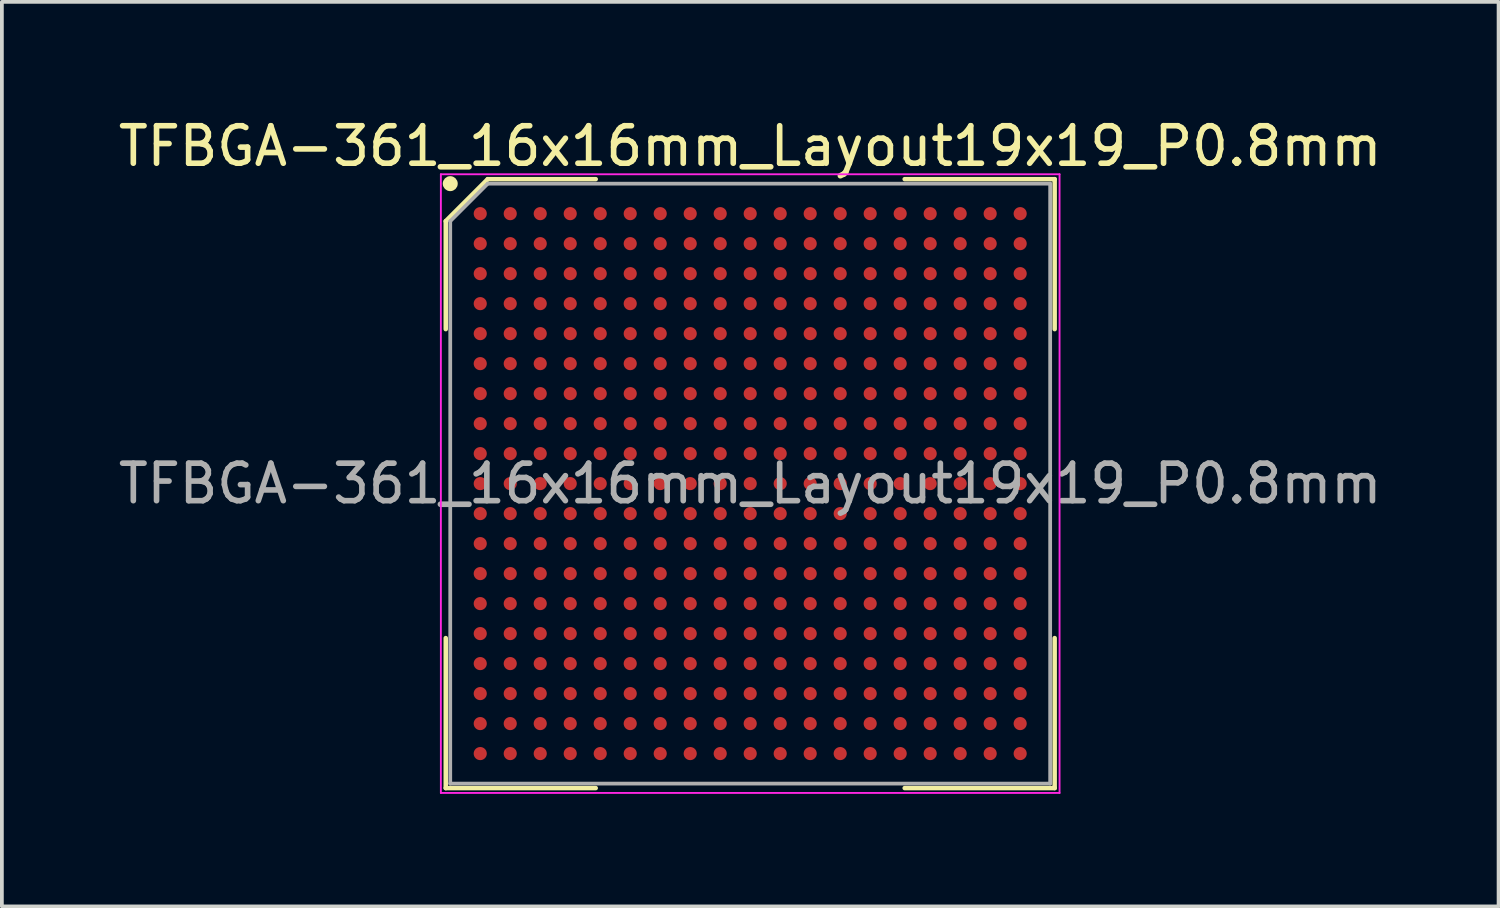
<source format=kicad_pcb>
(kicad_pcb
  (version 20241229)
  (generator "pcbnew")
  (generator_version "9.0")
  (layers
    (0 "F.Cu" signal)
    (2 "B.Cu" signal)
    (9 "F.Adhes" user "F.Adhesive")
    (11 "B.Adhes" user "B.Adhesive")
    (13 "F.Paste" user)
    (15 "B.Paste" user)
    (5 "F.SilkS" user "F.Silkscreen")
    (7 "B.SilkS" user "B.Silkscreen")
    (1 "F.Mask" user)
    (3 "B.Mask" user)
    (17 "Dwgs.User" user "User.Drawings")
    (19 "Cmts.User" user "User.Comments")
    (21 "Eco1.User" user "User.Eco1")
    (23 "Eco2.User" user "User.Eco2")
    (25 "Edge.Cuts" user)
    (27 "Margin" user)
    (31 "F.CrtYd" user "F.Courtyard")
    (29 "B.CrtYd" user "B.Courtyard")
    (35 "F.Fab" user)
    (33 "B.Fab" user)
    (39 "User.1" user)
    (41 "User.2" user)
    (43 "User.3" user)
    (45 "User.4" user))
  (footprint "TFBGA-361_16x16mm_Layout19x19_P0.8mm"
    (layer "F.Cu")
    (at 16.958 9.848)
    (property "Reference" "TFBGA-361_16x16mm_Layout19x19_P0.8mm" (at 0 -9 0) (layer "F.SilkS") (effects (font (size 1 1) (thickness 0.15))))
    (attr smd)
    (fp_line (start -8.12 -7) (end -8.12 -4.12) (stroke (width 0.12) (type default)) (layer "F.SilkS"))
    (fp_line (start -8.12 8.12) (end -8.12 4.12) (stroke (width 0.12) (type default)) (layer "F.SilkS"))
    (fp_line (start -7 -8.12) (end -8.12 -7) (stroke (width 0.12) (type default)) (layer "F.SilkS"))
    (fp_line (start -4.12 -8.12) (end -7 -8.12) (stroke (width 0.12) (type default)) (layer "F.SilkS"))
    (fp_line (start -4.12 8.12) (end -8.12 8.12) (stroke (width 0.12) (type default)) (layer "F.SilkS"))
    (fp_line (start 4.12 -8.12) (end 8.12 -8.12) (stroke (width 0.12) (type default)) (layer "F.SilkS"))
    (fp_line (start 4.12 8.12) (end 8.12 8.12) (stroke (width 0.12) (type default)) (layer "F.SilkS"))
    (fp_line (start 8.12 -8.12) (end 8.12 -4.12) (stroke (width 0.12) (type default)) (layer "F.SilkS"))
    (fp_line (start 8.12 8.12) (end 8.12 4.12) (stroke (width 0.12) (type default)) (layer "F.SilkS"))
    (fp_circle (center -8 -8) (end -8 -7.9) (stroke (width 0.2) (type default)) (fill no) (layer "F.SilkS"))
    (fp_line (start -8.25 -8.25) (end 8.25 -8.25) (stroke (width 0.05) (type default)) (layer "F.CrtYd"))
    (fp_line (start -8.25 8.25) (end -8.25 -8.25) (stroke (width 0.05) (type default)) (layer "F.CrtYd"))
    (fp_line (start 8.25 -8.25) (end 8.25 8.25) (stroke (width 0.05) (type default)) (layer "F.CrtYd"))
    (fp_line (start 8.25 8.25) (end -8.25 8.25) (stroke (width 0.05) (type default)) (layer "F.CrtYd"))
    (fp_line (start -8 -7) (end -8 8) (stroke (width 0.1) (type default)) (layer "F.Fab"))
    (fp_line (start -8 8) (end 8 8) (stroke (width 0.1) (type default)) (layer "F.Fab"))
    (fp_line (start -7 -8) (end -8 -7) (stroke (width 0.1) (type default)) (layer "F.Fab"))
    (fp_line (start 8 -8) (end -7 -8) (stroke (width 0.1) (type default)) (layer "F.Fab"))
    (fp_line (start 8 8) (end 8 -8) (stroke (width 0.1) (type default)) (layer "F.Fab"))
    (fp_text user "${REFERENCE}" (at 0 0 0) (layer "F.Fab") (effects (font (size 1 1) (thickness 0.15))))
    (pad "A1" smd circle (at -7.2 -7.2) (size 0.35 0.35) (layers "F.Cu" "F.Mask" "F.Paste"))
    (pad "A2" smd circle (at -6.4 -7.2) (size 0.35 0.35) (layers "F.Cu" "F.Mask" "F.Paste"))
    (pad "A3" smd circle (at -5.6 -7.2) (size 0.35 0.35) (layers "F.Cu" "F.Mask" "F.Paste"))
    (pad "A4" smd circle (at -4.8 -7.2) (size 0.35 0.35) (layers "F.Cu" "F.Mask" "F.Paste"))
    (pad "A5" smd circle (at -4 -7.2) (size 0.35 0.35) (layers "F.Cu" "F.Mask" "F.Paste"))
    (pad "A6" smd circle (at -3.2 -7.2) (size 0.35 0.35) (layers "F.Cu" "F.Mask" "F.Paste"))
    (pad "A7" smd circle (at -2.4 -7.2) (size 0.35 0.35) (layers "F.Cu" "F.Mask" "F.Paste"))
    (pad "A8" smd circle (at -1.6 -7.2) (size 0.35 0.35) (layers "F.Cu" "F.Mask" "F.Paste"))
    (pad "A9" smd circle (at -0.8 -7.2) (size 0.35 0.35) (layers "F.Cu" "F.Mask" "F.Paste"))
    (pad "A10" smd circle (at 0 -7.2) (size 0.35 0.35) (layers "F.Cu" "F.Mask" "F.Paste"))
    (pad "A11" smd circle (at 0.8 -7.2) (size 0.35 0.35) (layers "F.Cu" "F.Mask" "F.Paste"))
    (pad "A12" smd circle (at 1.6 -7.2) (size 0.35 0.35) (layers "F.Cu" "F.Mask" "F.Paste"))
    (pad "A13" smd circle (at 2.4 -7.2) (size 0.35 0.35) (layers "F.Cu" "F.Mask" "F.Paste"))
    (pad "A14" smd circle (at 3.2 -7.2) (size 0.35 0.35) (layers "F.Cu" "F.Mask" "F.Paste"))
    (pad "A15" smd circle (at 4 -7.2) (size 0.35 0.35) (layers "F.Cu" "F.Mask" "F.Paste"))
    (pad "A16" smd circle (at 4.8 -7.2) (size 0.35 0.35) (layers "F.Cu" "F.Mask" "F.Paste"))
    (pad "A17" smd circle (at 5.6 -7.2) (size 0.35 0.35) (layers "F.Cu" "F.Mask" "F.Paste"))
    (pad "A18" smd circle (at 6.4 -7.2) (size 0.35 0.35) (layers "F.Cu" "F.Mask" "F.Paste"))
    (pad "A19" smd circle (at 7.2 -7.2) (size 0.35 0.35) (layers "F.Cu" "F.Mask" "F.Paste"))
    (pad "B1" smd circle (at -7.2 -6.4) (size 0.35 0.35) (layers "F.Cu" "F.Mask" "F.Paste"))
    (pad "B2" smd circle (at -6.4 -6.4) (size 0.35 0.35) (layers "F.Cu" "F.Mask" "F.Paste"))
    (pad "B3" smd circle (at -5.6 -6.4) (size 0.35 0.35) (layers "F.Cu" "F.Mask" "F.Paste"))
    (pad "B4" smd circle (at -4.8 -6.4) (size 0.35 0.35) (layers "F.Cu" "F.Mask" "F.Paste"))
    (pad "B5" smd circle (at -4 -6.4) (size 0.35 0.35) (layers "F.Cu" "F.Mask" "F.Paste"))
    (pad "B6" smd circle (at -3.2 -6.4) (size 0.35 0.35) (layers "F.Cu" "F.Mask" "F.Paste"))
    (pad "B7" smd circle (at -2.4 -6.4) (size 0.35 0.35) (layers "F.Cu" "F.Mask" "F.Paste"))
    (pad "B8" smd circle (at -1.6 -6.4) (size 0.35 0.35) (layers "F.Cu" "F.Mask" "F.Paste"))
    (pad "B9" smd circle (at -0.8 -6.4) (size 0.35 0.35) (layers "F.Cu" "F.Mask" "F.Paste"))
    (pad "B10" smd circle (at 0 -6.4) (size 0.35 0.35) (layers "F.Cu" "F.Mask" "F.Paste"))
    (pad "B11" smd circle (at 0.8 -6.4) (size 0.35 0.35) (layers "F.Cu" "F.Mask" "F.Paste"))
    (pad "B12" smd circle (at 1.6 -6.4) (size 0.35 0.35) (layers "F.Cu" "F.Mask" "F.Paste"))
    (pad "B13" smd circle (at 2.4 -6.4) (size 0.35 0.35) (layers "F.Cu" "F.Mask" "F.Paste"))
    (pad "B14" smd circle (at 3.2 -6.4) (size 0.35 0.35) (layers "F.Cu" "F.Mask" "F.Paste"))
    (pad "B15" smd circle (at 4 -6.4) (size 0.35 0.35) (layers "F.Cu" "F.Mask" "F.Paste"))
    (pad "B16" smd circle (at 4.8 -6.4) (size 0.35 0.35) (layers "F.Cu" "F.Mask" "F.Paste"))
    (pad "B17" smd circle (at 5.6 -6.4) (size 0.35 0.35) (layers "F.Cu" "F.Mask" "F.Paste"))
    (pad "B18" smd circle (at 6.4 -6.4) (size 0.35 0.35) (layers "F.Cu" "F.Mask" "F.Paste"))
    (pad "B19" smd circle (at 7.2 -6.4) (size 0.35 0.35) (layers "F.Cu" "F.Mask" "F.Paste"))
    (pad "C1" smd circle (at -7.2 -5.6) (size 0.35 0.35) (layers "F.Cu" "F.Mask" "F.Paste"))
    (pad "C2" smd circle (at -6.4 -5.6) (size 0.35 0.35) (layers "F.Cu" "F.Mask" "F.Paste"))
    (pad "C3" smd circle (at -5.6 -5.6) (size 0.35 0.35) (layers "F.Cu" "F.Mask" "F.Paste"))
    (pad "C4" smd circle (at -4.8 -5.6) (size 0.35 0.35) (layers "F.Cu" "F.Mask" "F.Paste"))
    (pad "C5" smd circle (at -4 -5.6) (size 0.35 0.35) (layers "F.Cu" "F.Mask" "F.Paste"))
    (pad "C6" smd circle (at -3.2 -5.6) (size 0.35 0.35) (layers "F.Cu" "F.Mask" "F.Paste"))
    (pad "C7" smd circle (at -2.4 -5.6) (size 0.35 0.35) (layers "F.Cu" "F.Mask" "F.Paste"))
    (pad "C8" smd circle (at -1.6 -5.6) (size 0.35 0.35) (layers "F.Cu" "F.Mask" "F.Paste"))
    (pad "C9" smd circle (at -0.8 -5.6) (size 0.35 0.35) (layers "F.Cu" "F.Mask" "F.Paste"))
    (pad "C10" smd circle (at 0 -5.6) (size 0.35 0.35) (layers "F.Cu" "F.Mask" "F.Paste"))
    (pad "C11" smd circle (at 0.8 -5.6) (size 0.35 0.35) (layers "F.Cu" "F.Mask" "F.Paste"))
    (pad "C12" smd circle (at 1.6 -5.6) (size 0.35 0.35) (layers "F.Cu" "F.Mask" "F.Paste"))
    (pad "C13" smd circle (at 2.4 -5.6) (size 0.35 0.35) (layers "F.Cu" "F.Mask" "F.Paste"))
    (pad "C14" smd circle (at 3.2 -5.6) (size 0.35 0.35) (layers "F.Cu" "F.Mask" "F.Paste"))
    (pad "C15" smd circle (at 4 -5.6) (size 0.35 0.35) (layers "F.Cu" "F.Mask" "F.Paste"))
    (pad "C16" smd circle (at 4.8 -5.6) (size 0.35 0.35) (layers "F.Cu" "F.Mask" "F.Paste"))
    (pad "C17" smd circle (at 5.6 -5.6) (size 0.35 0.35) (layers "F.Cu" "F.Mask" "F.Paste"))
    (pad "C18" smd circle (at 6.4 -5.6) (size 0.35 0.35) (layers "F.Cu" "F.Mask" "F.Paste"))
    (pad "C19" smd circle (at 7.2 -5.6) (size 0.35 0.35) (layers "F.Cu" "F.Mask" "F.Paste"))
    (pad "D1" smd circle (at -7.2 -4.8) (size 0.35 0.35) (layers "F.Cu" "F.Mask" "F.Paste"))
    (pad "D2" smd circle (at -6.4 -4.8) (size 0.35 0.35) (layers "F.Cu" "F.Mask" "F.Paste"))
    (pad "D3" smd circle (at -5.6 -4.8) (size 0.35 0.35) (layers "F.Cu" "F.Mask" "F.Paste"))
    (pad "D4" smd circle (at -4.8 -4.8) (size 0.35 0.35) (layers "F.Cu" "F.Mask" "F.Paste"))
    (pad "D5" smd circle (at -4 -4.8) (size 0.35 0.35) (layers "F.Cu" "F.Mask" "F.Paste"))
    (pad "D6" smd circle (at -3.2 -4.8) (size 0.35 0.35) (layers "F.Cu" "F.Mask" "F.Paste"))
    (pad "D7" smd circle (at -2.4 -4.8) (size 0.35 0.35) (layers "F.Cu" "F.Mask" "F.Paste"))
    (pad "D8" smd circle (at -1.6 -4.8) (size 0.35 0.35) (layers "F.Cu" "F.Mask" "F.Paste"))
    (pad "D9" smd circle (at -0.8 -4.8) (size 0.35 0.35) (layers "F.Cu" "F.Mask" "F.Paste"))
    (pad "D10" smd circle (at 0 -4.8) (size 0.35 0.35) (layers "F.Cu" "F.Mask" "F.Paste"))
    (pad "D11" smd circle (at 0.8 -4.8) (size 0.35 0.35) (layers "F.Cu" "F.Mask" "F.Paste"))
    (pad "D12" smd circle (at 1.6 -4.8) (size 0.35 0.35) (layers "F.Cu" "F.Mask" "F.Paste"))
    (pad "D13" smd circle (at 2.4 -4.8) (size 0.35 0.35) (layers "F.Cu" "F.Mask" "F.Paste"))
    (pad "D14" smd circle (at 3.2 -4.8) (size 0.35 0.35) (layers "F.Cu" "F.Mask" "F.Paste"))
    (pad "D15" smd circle (at 4 -4.8) (size 0.35 0.35) (layers "F.Cu" "F.Mask" "F.Paste"))
    (pad "D16" smd circle (at 4.8 -4.8) (size 0.35 0.35) (layers "F.Cu" "F.Mask" "F.Paste"))
    (pad "D17" smd circle (at 5.6 -4.8) (size 0.35 0.35) (layers "F.Cu" "F.Mask" "F.Paste"))
    (pad "D18" smd circle (at 6.4 -4.8) (size 0.35 0.35) (layers "F.Cu" "F.Mask" "F.Paste"))
    (pad "D19" smd circle (at 7.2 -4.8) (size 0.35 0.35) (layers "F.Cu" "F.Mask" "F.Paste"))
    (pad "E1" smd circle (at -7.2 -4) (size 0.35 0.35) (layers "F.Cu" "F.Mask" "F.Paste"))
    (pad "E2" smd circle (at -6.4 -4) (size 0.35 0.35) (layers "F.Cu" "F.Mask" "F.Paste"))
    (pad "E3" smd circle (at -5.6 -4) (size 0.35 0.35) (layers "F.Cu" "F.Mask" "F.Paste"))
    (pad "E4" smd circle (at -4.8 -4) (size 0.35 0.35) (layers "F.Cu" "F.Mask" "F.Paste"))
    (pad "E5" smd circle (at -4 -4) (size 0.35 0.35) (layers "F.Cu" "F.Mask" "F.Paste"))
    (pad "E6" smd circle (at -3.2 -4) (size 0.35 0.35) (layers "F.Cu" "F.Mask" "F.Paste"))
    (pad "E7" smd circle (at -2.4 -4) (size 0.35 0.35) (layers "F.Cu" "F.Mask" "F.Paste"))
    (pad "E8" smd circle (at -1.6 -4) (size 0.35 0.35) (layers "F.Cu" "F.Mask" "F.Paste"))
    (pad "E9" smd circle (at -0.8 -4) (size 0.35 0.35) (layers "F.Cu" "F.Mask" "F.Paste"))
    (pad "E10" smd circle (at 0 -4) (size 0.35 0.35) (layers "F.Cu" "F.Mask" "F.Paste"))
    (pad "E11" smd circle (at 0.8 -4) (size 0.35 0.35) (layers "F.Cu" "F.Mask" "F.Paste"))
    (pad "E12" smd circle (at 1.6 -4) (size 0.35 0.35) (layers "F.Cu" "F.Mask" "F.Paste"))
    (pad "E13" smd circle (at 2.4 -4) (size 0.35 0.35) (layers "F.Cu" "F.Mask" "F.Paste"))
    (pad "E14" smd circle (at 3.2 -4) (size 0.35 0.35) (layers "F.Cu" "F.Mask" "F.Paste"))
    (pad "E15" smd circle (at 4 -4) (size 0.35 0.35) (layers "F.Cu" "F.Mask" "F.Paste"))
    (pad "E16" smd circle (at 4.8 -4) (size 0.35 0.35) (layers "F.Cu" "F.Mask" "F.Paste"))
    (pad "E17" smd circle (at 5.6 -4) (size 0.35 0.35) (layers "F.Cu" "F.Mask" "F.Paste"))
    (pad "E18" smd circle (at 6.4 -4) (size 0.35 0.35) (layers "F.Cu" "F.Mask" "F.Paste"))
    (pad "E19" smd circle (at 7.2 -4) (size 0.35 0.35) (layers "F.Cu" "F.Mask" "F.Paste"))
    (pad "F1" smd circle (at -7.2 -3.2) (size 0.35 0.35) (layers "F.Cu" "F.Mask" "F.Paste"))
    (pad "F2" smd circle (at -6.4 -3.2) (size 0.35 0.35) (layers "F.Cu" "F.Mask" "F.Paste"))
    (pad "F3" smd circle (at -5.6 -3.2) (size 0.35 0.35) (layers "F.Cu" "F.Mask" "F.Paste"))
    (pad "F4" smd circle (at -4.8 -3.2) (size 0.35 0.35) (layers "F.Cu" "F.Mask" "F.Paste"))
    (pad "F5" smd circle (at -4 -3.2) (size 0.35 0.35) (layers "F.Cu" "F.Mask" "F.Paste"))
    (pad "F6" smd circle (at -3.2 -3.2) (size 0.35 0.35) (layers "F.Cu" "F.Mask" "F.Paste"))
    (pad "F7" smd circle (at -2.4 -3.2) (size 0.35 0.35) (layers "F.Cu" "F.Mask" "F.Paste"))
    (pad "F8" smd circle (at -1.6 -3.2) (size 0.35 0.35) (layers "F.Cu" "F.Mask" "F.Paste"))
    (pad "F9" smd circle (at -0.8 -3.2) (size 0.35 0.35) (layers "F.Cu" "F.Mask" "F.Paste"))
    (pad "F10" smd circle (at 0 -3.2) (size 0.35 0.35) (layers "F.Cu" "F.Mask" "F.Paste"))
    (pad "F11" smd circle (at 0.8 -3.2) (size 0.35 0.35) (layers "F.Cu" "F.Mask" "F.Paste"))
    (pad "F12" smd circle (at 1.6 -3.2) (size 0.35 0.35) (layers "F.Cu" "F.Mask" "F.Paste"))
    (pad "F13" smd circle (at 2.4 -3.2) (size 0.35 0.35) (layers "F.Cu" "F.Mask" "F.Paste"))
    (pad "F14" smd circle (at 3.2 -3.2) (size 0.35 0.35) (layers "F.Cu" "F.Mask" "F.Paste"))
    (pad "F15" smd circle (at 4 -3.2) (size 0.35 0.35) (layers "F.Cu" "F.Mask" "F.Paste"))
    (pad "F16" smd circle (at 4.8 -3.2) (size 0.35 0.35) (layers "F.Cu" "F.Mask" "F.Paste"))
    (pad "F17" smd circle (at 5.6 -3.2) (size 0.35 0.35) (layers "F.Cu" "F.Mask" "F.Paste"))
    (pad "F18" smd circle (at 6.4 -3.2) (size 0.35 0.35) (layers "F.Cu" "F.Mask" "F.Paste"))
    (pad "F19" smd circle (at 7.2 -3.2) (size 0.35 0.35) (layers "F.Cu" "F.Mask" "F.Paste"))
    (pad "G1" smd circle (at -7.2 -2.4) (size 0.35 0.35) (layers "F.Cu" "F.Mask" "F.Paste"))
    (pad "G2" smd circle (at -6.4 -2.4) (size 0.35 0.35) (layers "F.Cu" "F.Mask" "F.Paste"))
    (pad "G3" smd circle (at -5.6 -2.4) (size 0.35 0.35) (layers "F.Cu" "F.Mask" "F.Paste"))
    (pad "G4" smd circle (at -4.8 -2.4) (size 0.35 0.35) (layers "F.Cu" "F.Mask" "F.Paste"))
    (pad "G5" smd circle (at -4 -2.4) (size 0.35 0.35) (layers "F.Cu" "F.Mask" "F.Paste"))
    (pad "G6" smd circle (at -3.2 -2.4) (size 0.35 0.35) (layers "F.Cu" "F.Mask" "F.Paste"))
    (pad "G7" smd circle (at -2.4 -2.4) (size 0.35 0.35) (layers "F.Cu" "F.Mask" "F.Paste"))
    (pad "G8" smd circle (at -1.6 -2.4) (size 0.35 0.35) (layers "F.Cu" "F.Mask" "F.Paste"))
    (pad "G9" smd circle (at -0.8 -2.4) (size 0.35 0.35) (layers "F.Cu" "F.Mask" "F.Paste"))
    (pad "G10" smd circle (at 0 -2.4) (size 0.35 0.35) (layers "F.Cu" "F.Mask" "F.Paste"))
    (pad "G11" smd circle (at 0.8 -2.4) (size 0.35 0.35) (layers "F.Cu" "F.Mask" "F.Paste"))
    (pad "G12" smd circle (at 1.6 -2.4) (size 0.35 0.35) (layers "F.Cu" "F.Mask" "F.Paste"))
    (pad "G13" smd circle (at 2.4 -2.4) (size 0.35 0.35) (layers "F.Cu" "F.Mask" "F.Paste"))
    (pad "G14" smd circle (at 3.2 -2.4) (size 0.35 0.35) (layers "F.Cu" "F.Mask" "F.Paste"))
    (pad "G15" smd circle (at 4 -2.4) (size 0.35 0.35) (layers "F.Cu" "F.Mask" "F.Paste"))
    (pad "G16" smd circle (at 4.8 -2.4) (size 0.35 0.35) (layers "F.Cu" "F.Mask" "F.Paste"))
    (pad "G17" smd circle (at 5.6 -2.4) (size 0.35 0.35) (layers "F.Cu" "F.Mask" "F.Paste"))
    (pad "G18" smd circle (at 6.4 -2.4) (size 0.35 0.35) (layers "F.Cu" "F.Mask" "F.Paste"))
    (pad "G19" smd circle (at 7.2 -2.4) (size 0.35 0.35) (layers "F.Cu" "F.Mask" "F.Paste"))
    (pad "H1" smd circle (at -7.2 -1.6) (size 0.35 0.35) (layers "F.Cu" "F.Mask" "F.Paste"))
    (pad "H2" smd circle (at -6.4 -1.6) (size 0.35 0.35) (layers "F.Cu" "F.Mask" "F.Paste"))
    (pad "H3" smd circle (at -5.6 -1.6) (size 0.35 0.35) (layers "F.Cu" "F.Mask" "F.Paste"))
    (pad "H4" smd circle (at -4.8 -1.6) (size 0.35 0.35) (layers "F.Cu" "F.Mask" "F.Paste"))
    (pad "H5" smd circle (at -4 -1.6) (size 0.35 0.35) (layers "F.Cu" "F.Mask" "F.Paste"))
    (pad "H6" smd circle (at -3.2 -1.6) (size 0.35 0.35) (layers "F.Cu" "F.Mask" "F.Paste"))
    (pad "H7" smd circle (at -2.4 -1.6) (size 0.35 0.35) (layers "F.Cu" "F.Mask" "F.Paste"))
    (pad "H8" smd circle (at -1.6 -1.6) (size 0.35 0.35) (layers "F.Cu" "F.Mask" "F.Paste"))
    (pad "H9" smd circle (at -0.8 -1.6) (size 0.35 0.35) (layers "F.Cu" "F.Mask" "F.Paste"))
    (pad "H10" smd circle (at 0 -1.6) (size 0.35 0.35) (layers "F.Cu" "F.Mask" "F.Paste"))
    (pad "H11" smd circle (at 0.8 -1.6) (size 0.35 0.35) (layers "F.Cu" "F.Mask" "F.Paste"))
    (pad "H12" smd circle (at 1.6 -1.6) (size 0.35 0.35) (layers "F.Cu" "F.Mask" "F.Paste"))
    (pad "H13" smd circle (at 2.4 -1.6) (size 0.35 0.35) (layers "F.Cu" "F.Mask" "F.Paste"))
    (pad "H14" smd circle (at 3.2 -1.6) (size 0.35 0.35) (layers "F.Cu" "F.Mask" "F.Paste"))
    (pad "H15" smd circle (at 4 -1.6) (size 0.35 0.35) (layers "F.Cu" "F.Mask" "F.Paste"))
    (pad "H16" smd circle (at 4.8 -1.6) (size 0.35 0.35) (layers "F.Cu" "F.Mask" "F.Paste"))
    (pad "H17" smd circle (at 5.6 -1.6) (size 0.35 0.35) (layers "F.Cu" "F.Mask" "F.Paste"))
    (pad "H18" smd circle (at 6.4 -1.6) (size 0.35 0.35) (layers "F.Cu" "F.Mask" "F.Paste"))
    (pad "H19" smd circle (at 7.2 -1.6) (size 0.35 0.35) (layers "F.Cu" "F.Mask" "F.Paste"))
    (pad "J1" smd circle (at -7.2 -0.8) (size 0.35 0.35) (layers "F.Cu" "F.Mask" "F.Paste"))
    (pad "J2" smd circle (at -6.4 -0.8) (size 0.35 0.35) (layers "F.Cu" "F.Mask" "F.Paste"))
    (pad "J3" smd circle (at -5.6 -0.8) (size 0.35 0.35) (layers "F.Cu" "F.Mask" "F.Paste"))
    (pad "J4" smd circle (at -4.8 -0.8) (size 0.35 0.35) (layers "F.Cu" "F.Mask" "F.Paste"))
    (pad "J5" smd circle (at -4 -0.8) (size 0.35 0.35) (layers "F.Cu" "F.Mask" "F.Paste"))
    (pad "J6" smd circle (at -3.2 -0.8) (size 0.35 0.35) (layers "F.Cu" "F.Mask" "F.Paste"))
    (pad "J7" smd circle (at -2.4 -0.8) (size 0.35 0.35) (layers "F.Cu" "F.Mask" "F.Paste"))
    (pad "J8" smd circle (at -1.6 -0.8) (size 0.35 0.35) (layers "F.Cu" "F.Mask" "F.Paste"))
    (pad "J9" smd circle (at -0.8 -0.8) (size 0.35 0.35) (layers "F.Cu" "F.Mask" "F.Paste"))
    (pad "J10" smd circle (at 0 -0.8) (size 0.35 0.35) (layers "F.Cu" "F.Mask" "F.Paste"))
    (pad "J11" smd circle (at 0.8 -0.8) (size 0.35 0.35) (layers "F.Cu" "F.Mask" "F.Paste"))
    (pad "J12" smd circle (at 1.6 -0.8) (size 0.35 0.35) (layers "F.Cu" "F.Mask" "F.Paste"))
    (pad "J13" smd circle (at 2.4 -0.8) (size 0.35 0.35) (layers "F.Cu" "F.Mask" "F.Paste"))
    (pad "J14" smd circle (at 3.2 -0.8) (size 0.35 0.35) (layers "F.Cu" "F.Mask" "F.Paste"))
    (pad "J15" smd circle (at 4 -0.8) (size 0.35 0.35) (layers "F.Cu" "F.Mask" "F.Paste"))
    (pad "J16" smd circle (at 4.8 -0.8) (size 0.35 0.35) (layers "F.Cu" "F.Mask" "F.Paste"))
    (pad "J17" smd circle (at 5.6 -0.8) (size 0.35 0.35) (layers "F.Cu" "F.Mask" "F.Paste"))
    (pad "J18" smd circle (at 6.4 -0.8) (size 0.35 0.35) (layers "F.Cu" "F.Mask" "F.Paste"))
    (pad "J19" smd circle (at 7.2 -0.8) (size 0.35 0.35) (layers "F.Cu" "F.Mask" "F.Paste"))
    (pad "K1" smd circle (at -7.2 0) (size 0.35 0.35) (layers "F.Cu" "F.Mask" "F.Paste"))
    (pad "K2" smd circle (at -6.4 0) (size 0.35 0.35) (layers "F.Cu" "F.Mask" "F.Paste"))
    (pad "K3" smd circle (at -5.6 0) (size 0.35 0.35) (layers "F.Cu" "F.Mask" "F.Paste"))
    (pad "K4" smd circle (at -4.8 0) (size 0.35 0.35) (layers "F.Cu" "F.Mask" "F.Paste"))
    (pad "K5" smd circle (at -4 0) (size 0.35 0.35) (layers "F.Cu" "F.Mask" "F.Paste"))
    (pad "K6" smd circle (at -3.2 0) (size 0.35 0.35) (layers "F.Cu" "F.Mask" "F.Paste"))
    (pad "K7" smd circle (at -2.4 0) (size 0.35 0.35) (layers "F.Cu" "F.Mask" "F.Paste"))
    (pad "K8" smd circle (at -1.6 0) (size 0.35 0.35) (layers "F.Cu" "F.Mask" "F.Paste"))
    (pad "K9" smd circle (at -0.8 0) (size 0.35 0.35) (layers "F.Cu" "F.Mask" "F.Paste"))
    (pad "K10" smd circle (at 0 0) (size 0.35 0.35) (layers "F.Cu" "F.Mask" "F.Paste"))
    (pad "K11" smd circle (at 0.8 0) (size 0.35 0.35) (layers "F.Cu" "F.Mask" "F.Paste"))
    (pad "K12" smd circle (at 1.6 0) (size 0.35 0.35) (layers "F.Cu" "F.Mask" "F.Paste"))
    (pad "K13" smd circle (at 2.4 0) (size 0.35 0.35) (layers "F.Cu" "F.Mask" "F.Paste"))
    (pad "K14" smd circle (at 3.2 0) (size 0.35 0.35) (layers "F.Cu" "F.Mask" "F.Paste"))
    (pad "K15" smd circle (at 4 0) (size 0.35 0.35) (layers "F.Cu" "F.Mask" "F.Paste"))
    (pad "K16" smd circle (at 4.8 0) (size 0.35 0.35) (layers "F.Cu" "F.Mask" "F.Paste"))
    (pad "K17" smd circle (at 5.6 0) (size 0.35 0.35) (layers "F.Cu" "F.Mask" "F.Paste"))
    (pad "K18" smd circle (at 6.4 0) (size 0.35 0.35) (layers "F.Cu" "F.Mask" "F.Paste"))
    (pad "K19" smd circle (at 7.2 0) (size 0.35 0.35) (layers "F.Cu" "F.Mask" "F.Paste"))
    (pad "L1" smd circle (at -7.2 0.8) (size 0.35 0.35) (layers "F.Cu" "F.Mask" "F.Paste"))
    (pad "L2" smd circle (at -6.4 0.8) (size 0.35 0.35) (layers "F.Cu" "F.Mask" "F.Paste"))
    (pad "L3" smd circle (at -5.6 0.8) (size 0.35 0.35) (layers "F.Cu" "F.Mask" "F.Paste"))
    (pad "L4" smd circle (at -4.8 0.8) (size 0.35 0.35) (layers "F.Cu" "F.Mask" "F.Paste"))
    (pad "L5" smd circle (at -4 0.8) (size 0.35 0.35) (layers "F.Cu" "F.Mask" "F.Paste"))
    (pad "L6" smd circle (at -3.2 0.8) (size 0.35 0.35) (layers "F.Cu" "F.Mask" "F.Paste"))
    (pad "L7" smd circle (at -2.4 0.8) (size 0.35 0.35) (layers "F.Cu" "F.Mask" "F.Paste"))
    (pad "L8" smd circle (at -1.6 0.8) (size 0.35 0.35) (layers "F.Cu" "F.Mask" "F.Paste"))
    (pad "L9" smd circle (at -0.8 0.8) (size 0.35 0.35) (layers "F.Cu" "F.Mask" "F.Paste"))
    (pad "L10" smd circle (at 0 0.8) (size 0.35 0.35) (layers "F.Cu" "F.Mask" "F.Paste"))
    (pad "L11" smd circle (at 0.8 0.8) (size 0.35 0.35) (layers "F.Cu" "F.Mask" "F.Paste"))
    (pad "L12" smd circle (at 1.6 0.8) (size 0.35 0.35) (layers "F.Cu" "F.Mask" "F.Paste"))
    (pad "L13" smd circle (at 2.4 0.8) (size 0.35 0.35) (layers "F.Cu" "F.Mask" "F.Paste"))
    (pad "L14" smd circle (at 3.2 0.8) (size 0.35 0.35) (layers "F.Cu" "F.Mask" "F.Paste"))
    (pad "L15" smd circle (at 4 0.8) (size 0.35 0.35) (layers "F.Cu" "F.Mask" "F.Paste"))
    (pad "L16" smd circle (at 4.8 0.8) (size 0.35 0.35) (layers "F.Cu" "F.Mask" "F.Paste"))
    (pad "L17" smd circle (at 5.6 0.8) (size 0.35 0.35) (layers "F.Cu" "F.Mask" "F.Paste"))
    (pad "L18" smd circle (at 6.4 0.8) (size 0.35 0.35) (layers "F.Cu" "F.Mask" "F.Paste"))
    (pad "L19" smd circle (at 7.2 0.8) (size 0.35 0.35) (layers "F.Cu" "F.Mask" "F.Paste"))
    (pad "M1" smd circle (at -7.2 1.6) (size 0.35 0.35) (layers "F.Cu" "F.Mask" "F.Paste"))
    (pad "M2" smd circle (at -6.4 1.6) (size 0.35 0.35) (layers "F.Cu" "F.Mask" "F.Paste"))
    (pad "M3" smd circle (at -5.6 1.6) (size 0.35 0.35) (layers "F.Cu" "F.Mask" "F.Paste"))
    (pad "M4" smd circle (at -4.8 1.6) (size 0.35 0.35) (layers "F.Cu" "F.Mask" "F.Paste"))
    (pad "M5" smd circle (at -4 1.6) (size 0.35 0.35) (layers "F.Cu" "F.Mask" "F.Paste"))
    (pad "M6" smd circle (at -3.2 1.6) (size 0.35 0.35) (layers "F.Cu" "F.Mask" "F.Paste"))
    (pad "M7" smd circle (at -2.4 1.6) (size 0.35 0.35) (layers "F.Cu" "F.Mask" "F.Paste"))
    (pad "M8" smd circle (at -1.6 1.6) (size 0.35 0.35) (layers "F.Cu" "F.Mask" "F.Paste"))
    (pad "M9" smd circle (at -0.8 1.6) (size 0.35 0.35) (layers "F.Cu" "F.Mask" "F.Paste"))
    (pad "M10" smd circle (at 0 1.6) (size 0.35 0.35) (layers "F.Cu" "F.Mask" "F.Paste"))
    (pad "M11" smd circle (at 0.8 1.6) (size 0.35 0.35) (layers "F.Cu" "F.Mask" "F.Paste"))
    (pad "M12" smd circle (at 1.6 1.6) (size 0.35 0.35) (layers "F.Cu" "F.Mask" "F.Paste"))
    (pad "M13" smd circle (at 2.4 1.6) (size 0.35 0.35) (layers "F.Cu" "F.Mask" "F.Paste"))
    (pad "M14" smd circle (at 3.2 1.6) (size 0.35 0.35) (layers "F.Cu" "F.Mask" "F.Paste"))
    (pad "M15" smd circle (at 4 1.6) (size 0.35 0.35) (layers "F.Cu" "F.Mask" "F.Paste"))
    (pad "M16" smd circle (at 4.8 1.6) (size 0.35 0.35) (layers "F.Cu" "F.Mask" "F.Paste"))
    (pad "M17" smd circle (at 5.6 1.6) (size 0.35 0.35) (layers "F.Cu" "F.Mask" "F.Paste"))
    (pad "M18" smd circle (at 6.4 1.6) (size 0.35 0.35) (layers "F.Cu" "F.Mask" "F.Paste"))
    (pad "M19" smd circle (at 7.2 1.6) (size 0.35 0.35) (layers "F.Cu" "F.Mask" "F.Paste"))
    (pad "N1" smd circle (at -7.2 2.4) (size 0.35 0.35) (layers "F.Cu" "F.Mask" "F.Paste"))
    (pad "N2" smd circle (at -6.4 2.4) (size 0.35 0.35) (layers "F.Cu" "F.Mask" "F.Paste"))
    (pad "N3" smd circle (at -5.6 2.4) (size 0.35 0.35) (layers "F.Cu" "F.Mask" "F.Paste"))
    (pad "N4" smd circle (at -4.8 2.4) (size 0.35 0.35) (layers "F.Cu" "F.Mask" "F.Paste"))
    (pad "N5" smd circle (at -4 2.4) (size 0.35 0.35) (layers "F.Cu" "F.Mask" "F.Paste"))
    (pad "N6" smd circle (at -3.2 2.4) (size 0.35 0.35) (layers "F.Cu" "F.Mask" "F.Paste"))
    (pad "N7" smd circle (at -2.4 2.4) (size 0.35 0.35) (layers "F.Cu" "F.Mask" "F.Paste"))
    (pad "N8" smd circle (at -1.6 2.4) (size 0.35 0.35) (layers "F.Cu" "F.Mask" "F.Paste"))
    (pad "N9" smd circle (at -0.8 2.4) (size 0.35 0.35) (layers "F.Cu" "F.Mask" "F.Paste"))
    (pad "N10" smd circle (at 0 2.4) (size 0.35 0.35) (layers "F.Cu" "F.Mask" "F.Paste"))
    (pad "N11" smd circle (at 0.8 2.4) (size 0.35 0.35) (layers "F.Cu" "F.Mask" "F.Paste"))
    (pad "N12" smd circle (at 1.6 2.4) (size 0.35 0.35) (layers "F.Cu" "F.Mask" "F.Paste"))
    (pad "N13" smd circle (at 2.4 2.4) (size 0.35 0.35) (layers "F.Cu" "F.Mask" "F.Paste"))
    (pad "N14" smd circle (at 3.2 2.4) (size 0.35 0.35) (layers "F.Cu" "F.Mask" "F.Paste"))
    (pad "N15" smd circle (at 4 2.4) (size 0.35 0.35) (layers "F.Cu" "F.Mask" "F.Paste"))
    (pad "N16" smd circle (at 4.8 2.4) (size 0.35 0.35) (layers "F.Cu" "F.Mask" "F.Paste"))
    (pad "N17" smd circle (at 5.6 2.4) (size 0.35 0.35) (layers "F.Cu" "F.Mask" "F.Paste"))
    (pad "N18" smd circle (at 6.4 2.4) (size 0.35 0.35) (layers "F.Cu" "F.Mask" "F.Paste"))
    (pad "N19" smd circle (at 7.2 2.4) (size 0.35 0.35) (layers "F.Cu" "F.Mask" "F.Paste"))
    (pad "P1" smd circle (at -7.2 3.2) (size 0.35 0.35) (layers "F.Cu" "F.Mask" "F.Paste"))
    (pad "P2" smd circle (at -6.4 3.2) (size 0.35 0.35) (layers "F.Cu" "F.Mask" "F.Paste"))
    (pad "P3" smd circle (at -5.6 3.2) (size 0.35 0.35) (layers "F.Cu" "F.Mask" "F.Paste"))
    (pad "P4" smd circle (at -4.8 3.2) (size 0.35 0.35) (layers "F.Cu" "F.Mask" "F.Paste"))
    (pad "P5" smd circle (at -4 3.2) (size 0.35 0.35) (layers "F.Cu" "F.Mask" "F.Paste"))
    (pad "P6" smd circle (at -3.2 3.2) (size 0.35 0.35) (layers "F.Cu" "F.Mask" "F.Paste"))
    (pad "P7" smd circle (at -2.4 3.2) (size 0.35 0.35) (layers "F.Cu" "F.Mask" "F.Paste"))
    (pad "P8" smd circle (at -1.6 3.2) (size 0.35 0.35) (layers "F.Cu" "F.Mask" "F.Paste"))
    (pad "P9" smd circle (at -0.8 3.2) (size 0.35 0.35) (layers "F.Cu" "F.Mask" "F.Paste"))
    (pad "P10" smd circle (at 0 3.2) (size 0.35 0.35) (layers "F.Cu" "F.Mask" "F.Paste"))
    (pad "P11" smd circle (at 0.8 3.2) (size 0.35 0.35) (layers "F.Cu" "F.Mask" "F.Paste"))
    (pad "P12" smd circle (at 1.6 3.2) (size 0.35 0.35) (layers "F.Cu" "F.Mask" "F.Paste"))
    (pad "P13" smd circle (at 2.4 3.2) (size 0.35 0.35) (layers "F.Cu" "F.Mask" "F.Paste"))
    (pad "P14" smd circle (at 3.2 3.2) (size 0.35 0.35) (layers "F.Cu" "F.Mask" "F.Paste"))
    (pad "P15" smd circle (at 4 3.2) (size 0.35 0.35) (layers "F.Cu" "F.Mask" "F.Paste"))
    (pad "P16" smd circle (at 4.8 3.2) (size 0.35 0.35) (layers "F.Cu" "F.Mask" "F.Paste"))
    (pad "P17" smd circle (at 5.6 3.2) (size 0.35 0.35) (layers "F.Cu" "F.Mask" "F.Paste"))
    (pad "P18" smd circle (at 6.4 3.2) (size 0.35 0.35) (layers "F.Cu" "F.Mask" "F.Paste"))
    (pad "P19" smd circle (at 7.2 3.2) (size 0.35 0.35) (layers "F.Cu" "F.Mask" "F.Paste"))
    (pad "R1" smd circle (at -7.2 4) (size 0.35 0.35) (layers "F.Cu" "F.Mask" "F.Paste"))
    (pad "R2" smd circle (at -6.4 4) (size 0.35 0.35) (layers "F.Cu" "F.Mask" "F.Paste"))
    (pad "R3" smd circle (at -5.6 4) (size 0.35 0.35) (layers "F.Cu" "F.Mask" "F.Paste"))
    (pad "R4" smd circle (at -4.8 4) (size 0.35 0.35) (layers "F.Cu" "F.Mask" "F.Paste"))
    (pad "R5" smd circle (at -4 4) (size 0.35 0.35) (layers "F.Cu" "F.Mask" "F.Paste"))
    (pad "R6" smd circle (at -3.2 4) (size 0.35 0.35) (layers "F.Cu" "F.Mask" "F.Paste"))
    (pad "R7" smd circle (at -2.4 4) (size 0.35 0.35) (layers "F.Cu" "F.Mask" "F.Paste"))
    (pad "R8" smd circle (at -1.6 4) (size 0.35 0.35) (layers "F.Cu" "F.Mask" "F.Paste"))
    (pad "R9" smd circle (at -0.8 4) (size 0.35 0.35) (layers "F.Cu" "F.Mask" "F.Paste"))
    (pad "R10" smd circle (at 0 4) (size 0.35 0.35) (layers "F.Cu" "F.Mask" "F.Paste"))
    (pad "R11" smd circle (at 0.8 4) (size 0.35 0.35) (layers "F.Cu" "F.Mask" "F.Paste"))
    (pad "R12" smd circle (at 1.6 4) (size 0.35 0.35) (layers "F.Cu" "F.Mask" "F.Paste"))
    (pad "R13" smd circle (at 2.4 4) (size 0.35 0.35) (layers "F.Cu" "F.Mask" "F.Paste"))
    (pad "R14" smd circle (at 3.2 4) (size 0.35 0.35) (layers "F.Cu" "F.Mask" "F.Paste"))
    (pad "R15" smd circle (at 4 4) (size 0.35 0.35) (layers "F.Cu" "F.Mask" "F.Paste"))
    (pad "R16" smd circle (at 4.8 4) (size 0.35 0.35) (layers "F.Cu" "F.Mask" "F.Paste"))
    (pad "R17" smd circle (at 5.6 4) (size 0.35 0.35) (layers "F.Cu" "F.Mask" "F.Paste"))
    (pad "R18" smd circle (at 6.4 4) (size 0.35 0.35) (layers "F.Cu" "F.Mask" "F.Paste"))
    (pad "R19" smd circle (at 7.2 4) (size 0.35 0.35) (layers "F.Cu" "F.Mask" "F.Paste"))
    (pad "T1" smd circle (at -7.2 4.8) (size 0.35 0.35) (layers "F.Cu" "F.Mask" "F.Paste"))
    (pad "T2" smd circle (at -6.4 4.8) (size 0.35 0.35) (layers "F.Cu" "F.Mask" "F.Paste"))
    (pad "T3" smd circle (at -5.6 4.8) (size 0.35 0.35) (layers "F.Cu" "F.Mask" "F.Paste"))
    (pad "T4" smd circle (at -4.8 4.8) (size 0.35 0.35) (layers "F.Cu" "F.Mask" "F.Paste"))
    (pad "T5" smd circle (at -4 4.8) (size 0.35 0.35) (layers "F.Cu" "F.Mask" "F.Paste"))
    (pad "T6" smd circle (at -3.2 4.8) (size 0.35 0.35) (layers "F.Cu" "F.Mask" "F.Paste"))
    (pad "T7" smd circle (at -2.4 4.8) (size 0.35 0.35) (layers "F.Cu" "F.Mask" "F.Paste"))
    (pad "T8" smd circle (at -1.6 4.8) (size 0.35 0.35) (layers "F.Cu" "F.Mask" "F.Paste"))
    (pad "T9" smd circle (at -0.8 4.8) (size 0.35 0.35) (layers "F.Cu" "F.Mask" "F.Paste"))
    (pad "T10" smd circle (at 0 4.8) (size 0.35 0.35) (layers "F.Cu" "F.Mask" "F.Paste"))
    (pad "T11" smd circle (at 0.8 4.8) (size 0.35 0.35) (layers "F.Cu" "F.Mask" "F.Paste"))
    (pad "T12" smd circle (at 1.6 4.8) (size 0.35 0.35) (layers "F.Cu" "F.Mask" "F.Paste"))
    (pad "T13" smd circle (at 2.4 4.8) (size 0.35 0.35) (layers "F.Cu" "F.Mask" "F.Paste"))
    (pad "T14" smd circle (at 3.2 4.8) (size 0.35 0.35) (layers "F.Cu" "F.Mask" "F.Paste"))
    (pad "T15" smd circle (at 4 4.8) (size 0.35 0.35) (layers "F.Cu" "F.Mask" "F.Paste"))
    (pad "T16" smd circle (at 4.8 4.8) (size 0.35 0.35) (layers "F.Cu" "F.Mask" "F.Paste"))
    (pad "T17" smd circle (at 5.6 4.8) (size 0.35 0.35) (layers "F.Cu" "F.Mask" "F.Paste"))
    (pad "T18" smd circle (at 6.4 4.8) (size 0.35 0.35) (layers "F.Cu" "F.Mask" "F.Paste"))
    (pad "T19" smd circle (at 7.2 4.8) (size 0.35 0.35) (layers "F.Cu" "F.Mask" "F.Paste"))
    (pad "U1" smd circle (at -7.2 5.6) (size 0.35 0.35) (layers "F.Cu" "F.Mask" "F.Paste"))
    (pad "U2" smd circle (at -6.4 5.6) (size 0.35 0.35) (layers "F.Cu" "F.Mask" "F.Paste"))
    (pad "U3" smd circle (at -5.6 5.6) (size 0.35 0.35) (layers "F.Cu" "F.Mask" "F.Paste"))
    (pad "U4" smd circle (at -4.8 5.6) (size 0.35 0.35) (layers "F.Cu" "F.Mask" "F.Paste"))
    (pad "U5" smd circle (at -4 5.6) (size 0.35 0.35) (layers "F.Cu" "F.Mask" "F.Paste"))
    (pad "U6" smd circle (at -3.2 5.6) (size 0.35 0.35) (layers "F.Cu" "F.Mask" "F.Paste"))
    (pad "U7" smd circle (at -2.4 5.6) (size 0.35 0.35) (layers "F.Cu" "F.Mask" "F.Paste"))
    (pad "U8" smd circle (at -1.6 5.6) (size 0.35 0.35) (layers "F.Cu" "F.Mask" "F.Paste"))
    (pad "U9" smd circle (at -0.8 5.6) (size 0.35 0.35) (layers "F.Cu" "F.Mask" "F.Paste"))
    (pad "U10" smd circle (at 0 5.6) (size 0.35 0.35) (layers "F.Cu" "F.Mask" "F.Paste"))
    (pad "U11" smd circle (at 0.8 5.6) (size 0.35 0.35) (layers "F.Cu" "F.Mask" "F.Paste"))
    (pad "U12" smd circle (at 1.6 5.6) (size 0.35 0.35) (layers "F.Cu" "F.Mask" "F.Paste"))
    (pad "U13" smd circle (at 2.4 5.6) (size 0.35 0.35) (layers "F.Cu" "F.Mask" "F.Paste"))
    (pad "U14" smd circle (at 3.2 5.6) (size 0.35 0.35) (layers "F.Cu" "F.Mask" "F.Paste"))
    (pad "U15" smd circle (at 4 5.6) (size 0.35 0.35) (layers "F.Cu" "F.Mask" "F.Paste"))
    (pad "U16" smd circle (at 4.8 5.6) (size 0.35 0.35) (layers "F.Cu" "F.Mask" "F.Paste"))
    (pad "U17" smd circle (at 5.6 5.6) (size 0.35 0.35) (layers "F.Cu" "F.Mask" "F.Paste"))
    (pad "U18" smd circle (at 6.4 5.6) (size 0.35 0.35) (layers "F.Cu" "F.Mask" "F.Paste"))
    (pad "U19" smd circle (at 7.2 5.6) (size 0.35 0.35) (layers "F.Cu" "F.Mask" "F.Paste"))
    (pad "V1" smd circle (at -7.2 6.4) (size 0.35 0.35) (layers "F.Cu" "F.Mask" "F.Paste"))
    (pad "V2" smd circle (at -6.4 6.4) (size 0.35 0.35) (layers "F.Cu" "F.Mask" "F.Paste"))
    (pad "V3" smd circle (at -5.6 6.4) (size 0.35 0.35) (layers "F.Cu" "F.Mask" "F.Paste"))
    (pad "V4" smd circle (at -4.8 6.4) (size 0.35 0.35) (layers "F.Cu" "F.Mask" "F.Paste"))
    (pad "V5" smd circle (at -4 6.4) (size 0.35 0.35) (layers "F.Cu" "F.Mask" "F.Paste"))
    (pad "V6" smd circle (at -3.2 6.4) (size 0.35 0.35) (layers "F.Cu" "F.Mask" "F.Paste"))
    (pad "V7" smd circle (at -2.4 6.4) (size 0.35 0.35) (layers "F.Cu" "F.Mask" "F.Paste"))
    (pad "V8" smd circle (at -1.6 6.4) (size 0.35 0.35) (layers "F.Cu" "F.Mask" "F.Paste"))
    (pad "V9" smd circle (at -0.8 6.4) (size 0.35 0.35) (layers "F.Cu" "F.Mask" "F.Paste"))
    (pad "V10" smd circle (at 0 6.4) (size 0.35 0.35) (layers "F.Cu" "F.Mask" "F.Paste"))
    (pad "V11" smd circle (at 0.8 6.4) (size 0.35 0.35) (layers "F.Cu" "F.Mask" "F.Paste"))
    (pad "V12" smd circle (at 1.6 6.4) (size 0.35 0.35) (layers "F.Cu" "F.Mask" "F.Paste"))
    (pad "V13" smd circle (at 2.4 6.4) (size 0.35 0.35) (layers "F.Cu" "F.Mask" "F.Paste"))
    (pad "V14" smd circle (at 3.2 6.4) (size 0.35 0.35) (layers "F.Cu" "F.Mask" "F.Paste"))
    (pad "V15" smd circle (at 4 6.4) (size 0.35 0.35) (layers "F.Cu" "F.Mask" "F.Paste"))
    (pad "V16" smd circle (at 4.8 6.4) (size 0.35 0.35) (layers "F.Cu" "F.Mask" "F.Paste"))
    (pad "V17" smd circle (at 5.6 6.4) (size 0.35 0.35) (layers "F.Cu" "F.Mask" "F.Paste"))
    (pad "V18" smd circle (at 6.4 6.4) (size 0.35 0.35) (layers "F.Cu" "F.Mask" "F.Paste"))
    (pad "V19" smd circle (at 7.2 6.4) (size 0.35 0.35) (layers "F.Cu" "F.Mask" "F.Paste"))
    (pad "W1" smd circle (at -7.2 7.2) (size 0.35 0.35) (layers "F.Cu" "F.Mask" "F.Paste"))
    (pad "W2" smd circle (at -6.4 7.2) (size 0.35 0.35) (layers "F.Cu" "F.Mask" "F.Paste"))
    (pad "W3" smd circle (at -5.6 7.2) (size 0.35 0.35) (layers "F.Cu" "F.Mask" "F.Paste"))
    (pad "W4" smd circle (at -4.8 7.2) (size 0.35 0.35) (layers "F.Cu" "F.Mask" "F.Paste"))
    (pad "W5" smd circle (at -4 7.2) (size 0.35 0.35) (layers "F.Cu" "F.Mask" "F.Paste"))
    (pad "W6" smd circle (at -3.2 7.2) (size 0.35 0.35) (layers "F.Cu" "F.Mask" "F.Paste"))
    (pad "W7" smd circle (at -2.4 7.2) (size 0.35 0.35) (layers "F.Cu" "F.Mask" "F.Paste"))
    (pad "W8" smd circle (at -1.6 7.2) (size 0.35 0.35) (layers "F.Cu" "F.Mask" "F.Paste"))
    (pad "W9" smd circle (at -0.8 7.2) (size 0.35 0.35) (layers "F.Cu" "F.Mask" "F.Paste"))
    (pad "W10" smd circle (at 0 7.2) (size 0.35 0.35) (layers "F.Cu" "F.Mask" "F.Paste"))
    (pad "W11" smd circle (at 0.8 7.2) (size 0.35 0.35) (layers "F.Cu" "F.Mask" "F.Paste"))
    (pad "W12" smd circle (at 1.6 7.2) (size 0.35 0.35) (layers "F.Cu" "F.Mask" "F.Paste"))
    (pad "W13" smd circle (at 2.4 7.2) (size 0.35 0.35) (layers "F.Cu" "F.Mask" "F.Paste"))
    (pad "W14" smd circle (at 3.2 7.2) (size 0.35 0.35) (layers "F.Cu" "F.Mask" "F.Paste"))
    (pad "W15" smd circle (at 4 7.2) (size 0.35 0.35) (layers "F.Cu" "F.Mask" "F.Paste"))
    (pad "W16" smd circle (at 4.8 7.2) (size 0.35 0.35) (layers "F.Cu" "F.Mask" "F.Paste"))
    (pad "W17" smd circle (at 5.6 7.2) (size 0.35 0.35) (layers "F.Cu" "F.Mask" "F.Paste"))
    (pad "W18" smd circle (at 6.4 7.2) (size 0.35 0.35) (layers "F.Cu" "F.Mask" "F.Paste"))
    (pad "W19" smd circle (at 7.2 7.2) (size 0.35 0.35) (layers "F.Cu" "F.Mask" "F.Paste")))
  (gr_rect
    (start -3 -3)
    (end 36.917 21.123)
    (stroke (width 0.1) (type default))
    (fill no)
    (layer "Edge.Cuts")))
</source>
